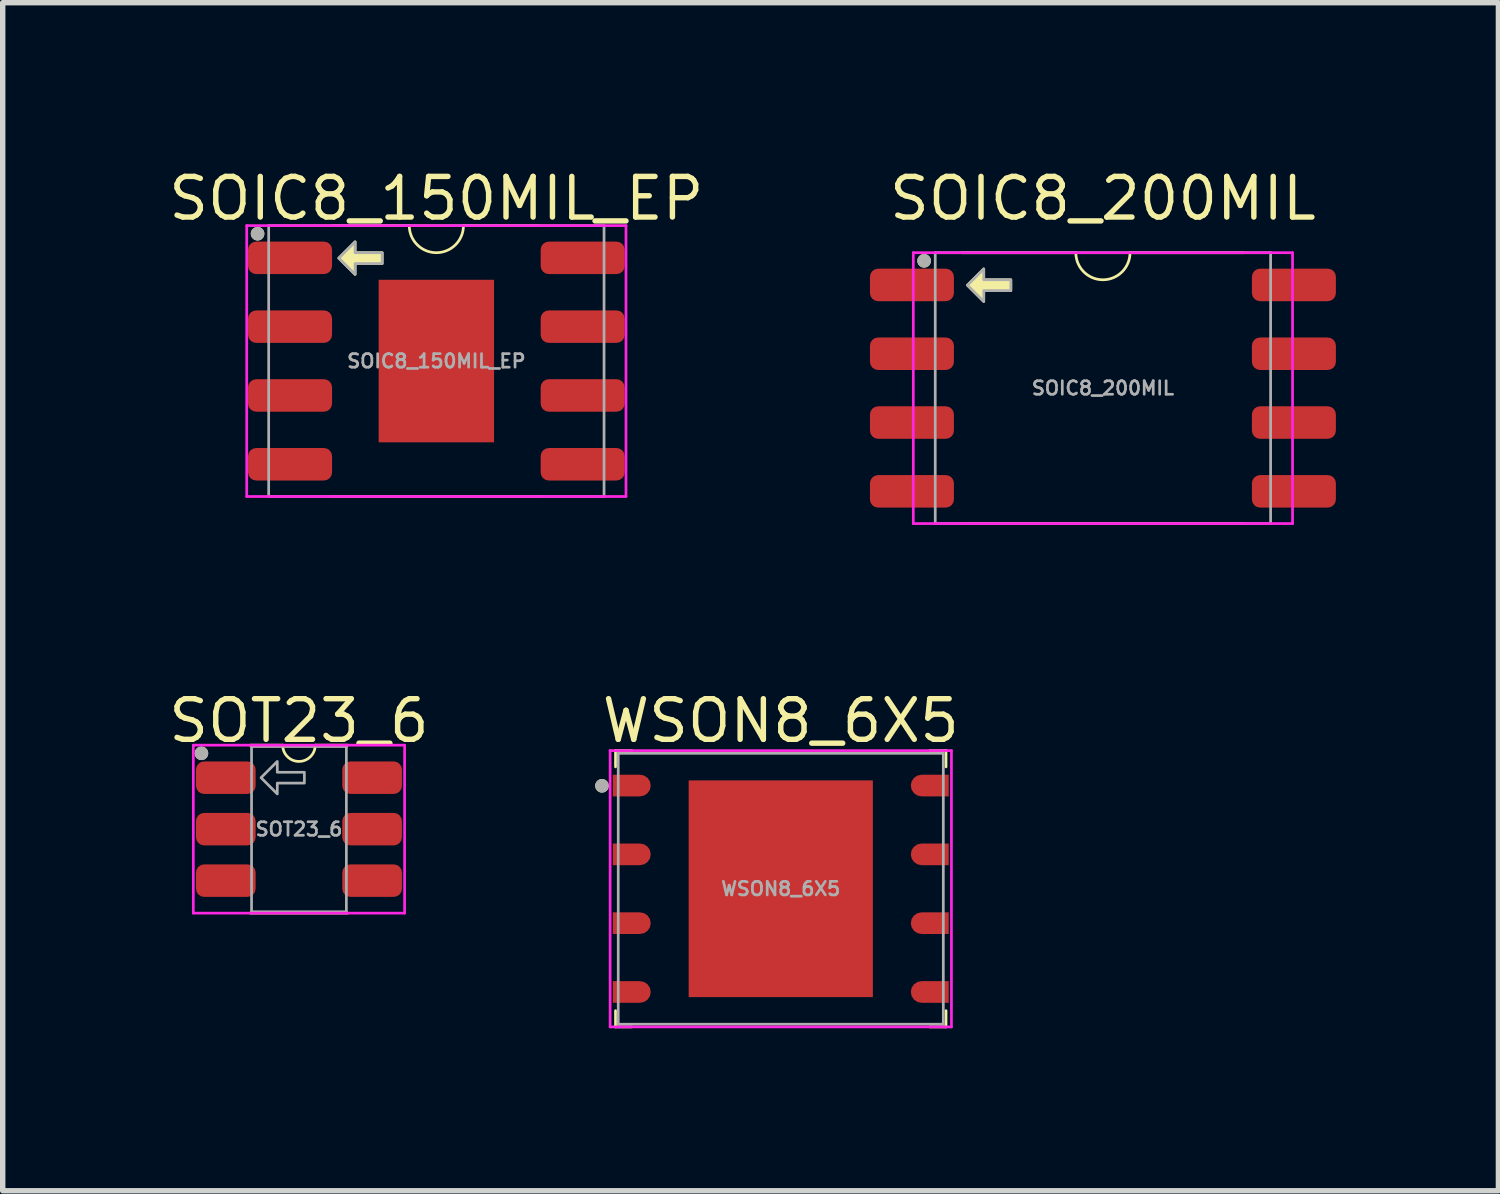
<source format=kicad_pcb>
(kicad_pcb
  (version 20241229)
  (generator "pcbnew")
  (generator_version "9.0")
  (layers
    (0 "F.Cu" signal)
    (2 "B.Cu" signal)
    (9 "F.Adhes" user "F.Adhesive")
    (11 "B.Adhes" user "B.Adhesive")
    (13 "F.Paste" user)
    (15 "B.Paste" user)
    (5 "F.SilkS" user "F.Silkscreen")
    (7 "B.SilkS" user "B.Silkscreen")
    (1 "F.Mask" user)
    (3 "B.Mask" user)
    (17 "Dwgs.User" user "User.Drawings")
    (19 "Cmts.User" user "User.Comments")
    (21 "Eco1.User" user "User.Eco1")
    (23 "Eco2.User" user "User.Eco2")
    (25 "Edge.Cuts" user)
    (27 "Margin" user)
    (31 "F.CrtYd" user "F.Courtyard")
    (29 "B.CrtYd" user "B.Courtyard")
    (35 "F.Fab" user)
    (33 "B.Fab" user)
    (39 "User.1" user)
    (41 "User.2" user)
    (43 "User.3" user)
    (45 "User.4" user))
  (footprint "WSON8_6X5"
    (layer "F.Cu")
    (at 11.361 13.354)
    (property "Reference" "WSON8_6X5" (at 0 -3.1 0) (unlocked yes) (layer "F.SilkS") (effects (font (size 0.75 0.75) (thickness 0.1))))
    (attr smd)
    (fp_line (start -3.05 -2.55) (end -3.05 -2.25) (stroke (width 0.05) (type solid)) (layer "F.SilkS"))
    (fp_line (start -3.05 -2.55) (end -2.75 -2.55) (stroke (width 0.05) (type solid)) (layer "F.SilkS"))
    (fp_line (start -3.05 2.55) (end -3.05 2.25) (stroke (width 0.05) (type solid)) (layer "F.SilkS"))
    (fp_line (start -3.05 2.55) (end -2.75 2.55) (stroke (width 0.05) (type solid)) (layer "F.SilkS"))
    (fp_line (start 3.05 -2.55) (end 2.75 -2.55) (stroke (width 0.05) (type solid)) (layer "F.SilkS"))
    (fp_line (start 3.05 -2.55) (end 3.05 -2.25) (stroke (width 0.05) (type solid)) (layer "F.SilkS"))
    (fp_line (start 3.05 2.55) (end 2.75 2.55) (stroke (width 0.05) (type solid)) (layer "F.SilkS"))
    (fp_line (start 3.05 2.55) (end 3.05 2.25) (stroke (width 0.05) (type solid)) (layer "F.SilkS"))
    (fp_circle (center -3.3 -1.9) (end -3.3 -1.9) (stroke (width 0.05) (type solid)) (fill no) (layer "F.SilkS"))
    (fp_circle (center -3.3 -1.9) (end -3.25 -1.9) (stroke (width 0.05) (type solid)) (fill no) (layer "F.SilkS"))
    (fp_circle (center -3.3 -1.9) (end -3.2 -1.9) (stroke (width 0.05) (type solid)) (fill no) (layer "F.SilkS"))
    (fp_line (start -3.15 -2.55) (end 3.15 -2.55) (stroke (width 0.05) (type solid)) (layer "F.CrtYd"))
    (fp_line (start -3.15 2.55) (end -3.15 -2.55) (stroke (width 0.05) (type solid)) (layer "F.CrtYd"))
    (fp_line (start 3.15 -2.55) (end 3.15 2.55) (stroke (width 0.05) (type solid)) (layer "F.CrtYd"))
    (fp_line (start 3.15 2.55) (end -3.15 2.55) (stroke (width 0.05) (type solid)) (layer "F.CrtYd"))
    (fp_line (start -3 -2.5) (end 3 -2.5) (stroke (width 0.05) (type solid)) (layer "F.Fab"))
    (fp_line (start -3 2.5) (end -3 -2.5) (stroke (width 0.05) (type solid)) (layer "F.Fab"))
    (fp_line (start 3 2.5) (end -3 2.5) (stroke (width 0.05) (type solid)) (layer "F.Fab"))
    (fp_line (start 3 2.5) (end 3 -2.5) (stroke (width 0.05) (type solid)) (layer "F.Fab"))
    (fp_circle (center -3.3 -1.9) (end -3.3 -1.9) (stroke (width 0.05) (type solid)) (fill no) (layer "F.Fab"))
    (fp_circle (center -3.3 -1.9) (end -3.25 -1.9) (stroke (width 0.05) (type solid)) (fill no) (layer "F.Fab"))
    (fp_circle (center -3.3 -1.9) (end -3.2 -1.9) (stroke (width 0.05) (type solid)) (fill no) (layer "F.Fab"))
    (fp_text user "${REFERENCE}" (at 0 0 0) (unlocked yes) (layer "F.Fab") (effects (font (size 0.25 0.25) (thickness 0.05))))
    (pad "1" smd roundrect (at -2.75 -1.905) (size 0.7 0.4) (layers "F.Cu" "F.Mask" "F.Paste") (roundrect_rratio 0.5) (chamfer_ratio 0) (chamfer top_left bottom_left))
    (pad "2" smd roundrect (at -2.75 -0.635) (size 0.7 0.4) (layers "F.Cu" "F.Mask" "F.Paste") (roundrect_rratio 0.5) (chamfer_ratio 0) (chamfer top_left bottom_left))
    (pad "3" smd roundrect (at -2.75 0.635) (size 0.7 0.4) (layers "F.Cu" "F.Mask" "F.Paste") (roundrect_rratio 0.5) (chamfer_ratio 0) (chamfer top_left bottom_left))
    (pad "4" smd roundrect (at -2.75 1.905) (size 0.7 0.4) (layers "F.Cu" "F.Mask" "F.Paste") (roundrect_rratio 0.5) (chamfer_ratio 0) (chamfer top_left bottom_left))
    (pad "5" smd roundrect (at 2.75 1.905 180) (size 0.7 0.4) (layers "F.Cu" "F.Mask" "F.Paste") (roundrect_rratio 0.5) (chamfer_ratio 0) (chamfer top_left bottom_left))
    (pad "6" smd roundrect (at 2.75 0.635 180) (size 0.7 0.4) (layers "F.Cu" "F.Mask" "F.Paste") (roundrect_rratio 0.5) (chamfer_ratio 0) (chamfer top_left bottom_left))
    (pad "7" smd roundrect (at 2.75 -0.635 180) (size 0.7 0.4) (layers "F.Cu" "F.Mask" "F.Paste") (roundrect_rratio 0.5) (chamfer_ratio 0) (chamfer top_left bottom_left))
    (pad "8" smd roundrect (at 2.75 -1.905 180) (size 0.7 0.4) (layers "F.Cu" "F.Mask" "F.Paste") (roundrect_rratio 0.5) (chamfer_ratio 0) (chamfer top_left bottom_left))
    (pad "9" smd rect (at 0 0 180) (size 3.4 4) (layers "F.Cu" "F.Mask" "F.Paste")))
  (footprint "SOT23_6"
    (layer "F.Cu")
    (at 2.468 12.254)
    (property "Reference" "SOT23_6" (at 0 -2 0) (unlocked yes) (layer "F.SilkS") (effects (font (size 0.75 0.75) (thickness 0.1))))
    (attr smd)
    (fp_line (start -0.9 -1.55) (end -0.3 -1.55) (stroke (width 0.05) (type solid)) (layer "F.SilkS"))
    (fp_line (start -0.9 1.55) (end 0.9 1.55) (stroke (width 0.05) (type solid)) (layer "F.SilkS"))
    (fp_line (start 0.3 -1.55) (end 0.9 -1.55) (stroke (width 0.05) (type solid)) (layer "F.SilkS"))
    (fp_arc (start 0.3 -1.55) (mid 0 -1.25) (end -0.3 -1.55) (stroke (width 0.05) (type solid)) (layer "F.SilkS"))
    (fp_circle (center -1.8 -1.4) (end -1.8 -1.4) (stroke (width 0.05) (type solid)) (fill no) (layer "F.SilkS"))
    (fp_circle (center -1.8 -1.4) (end -1.75 -1.4) (stroke (width 0.05) (type solid)) (fill no) (layer "F.SilkS"))
    (fp_circle (center -1.8 -1.4) (end -1.7 -1.4) (stroke (width 0.05) (type solid)) (fill no) (layer "F.SilkS"))
    (fp_line (start -1.95 -1.55) (end 1.95 -1.55) (stroke (width 0.05) (type solid)) (layer "F.CrtYd"))
    (fp_line (start -1.95 1.55) (end -1.95 -1.55) (stroke (width 0.05) (type solid)) (layer "F.CrtYd"))
    (fp_line (start 1.95 -1.55) (end 1.95 1.55) (stroke (width 0.05) (type solid)) (layer "F.CrtYd"))
    (fp_line (start 1.95 1.55) (end -1.95 1.55) (stroke (width 0.05) (type solid)) (layer "F.CrtYd"))
    (fp_line (start -0.875 -1.525) (end 0.875 -1.525) (stroke (width 0.05) (type solid)) (layer "F.Fab"))
    (fp_line (start -0.875 1.525) (end -0.875 -1.525) (stroke (width 0.05) (type solid)) (layer "F.Fab"))
    (fp_line (start -0.875 1.525) (end 0.875 1.525) (stroke (width 0.05) (type solid)) (layer "F.Fab"))
    (fp_line (start 0.875 -1.525) (end 0.875 1.525) (stroke (width 0.05) (type solid)) (layer "F.Fab"))
    (fp_circle (center -1.8 -1.4) (end -1.8 -1.4) (stroke (width 0.05) (type solid)) (fill no) (layer "F.Fab"))
    (fp_circle (center -1.8 -1.4) (end -1.75 -1.4) (stroke (width 0.05) (type solid)) (fill no) (layer "F.Fab"))
    (fp_circle (center -1.8 -1.4) (end -1.7 -1.4) (stroke (width 0.05) (type solid)) (fill no) (layer "F.Fab"))
    (fp_poly (pts (xy -0.4 -1.05) (xy 0.1 -1.05) (xy 0.1 -0.85) (xy -0.4 -0.85) (xy -0.4 -0.65) (xy -0.7 -0.95) (xy -0.4 -1.25)) (stroke (width 0.05) (type solid)) (fill no) (layer "F.Fab"))
    (fp_text user "${REFERENCE}" (at 0 0 0) (unlocked yes) (layer "F.Fab") (effects (font (size 0.25 0.25) (thickness 0.05))))
    (pad "1" smd roundrect (at -1.35 -0.95) (size 1.1 0.6) (layers "F.Cu" "F.Mask" "F.Paste") (roundrect_rratio 0.25))
    (pad "2" smd roundrect (at -1.35 0) (size 1.1 0.6) (layers "F.Cu" "F.Mask" "F.Paste") (roundrect_rratio 0.25))
    (pad "3" smd roundrect (at -1.35 0.95) (size 1.1 0.6) (layers "F.Cu" "F.Mask" "F.Paste") (roundrect_rratio 0.25))
    (pad "4" smd roundrect (at 1.35 0.95) (size 1.1 0.6) (layers "F.Cu" "F.Mask" "F.Paste") (roundrect_rratio 0.25))
    (pad "5" smd roundrect (at 1.35 0) (size 1.1 0.6) (layers "F.Cu" "F.Mask" "F.Paste") (roundrect_rratio 0.25))
    (pad "6" smd roundrect (at 1.35 -0.95) (size 1.1 0.6) (layers "F.Cu" "F.Mask" "F.Paste") (roundrect_rratio 0.25)))
  (footprint "SOIC8_200MIL"
    (layer "F.Cu")
    (at 17.307 4.114)
    (property "Reference" "SOIC8_200MIL" (at 0 -3.5 0) (unlocked yes) (layer "F.SilkS") (effects (font (size 0.75 0.75) (thickness 0.1))))
    (attr smd)
    (fp_line (start -2.6 -2.5) (end -0.5 -2.5) (stroke (width 0.05) (type solid)) (layer "F.SilkS"))
    (fp_line (start -2.6 2.5) (end 0 2.5) (stroke (width 0.05) (type solid)) (layer "F.SilkS"))
    (fp_line (start 2.6 -2.5) (end 0.5 -2.5) (stroke (width 0.05) (type solid)) (layer "F.SilkS"))
    (fp_line (start 2.6 2.5) (end 0 2.5) (stroke (width 0.05) (type solid)) (layer "F.SilkS"))
    (fp_arc (start 0.5 -2.5) (mid 0 -2) (end -0.5 -2.5) (stroke (width 0.05) (type solid)) (layer "F.SilkS"))
    (fp_circle (center -3.3 -2.35) (end -3.3 -2.35) (stroke (width 0.05) (type solid)) (fill no) (layer "F.SilkS"))
    (fp_circle (center -3.3 -2.35) (end -3.25 -2.35) (stroke (width 0.05) (type solid)) (fill no) (layer "F.SilkS"))
    (fp_circle (center -3.3 -2.35) (end -3.2 -2.35) (stroke (width 0.05) (type solid)) (fill no) (layer "F.SilkS"))
    (fp_poly (pts (xy -2.2 -2) (xy -1.7 -2) (xy -1.7 -1.8) (xy -2.2 -1.8) (xy -2.2 -1.6) (xy -2.5 -1.9) (xy -2.2 -2.2)) (stroke (width 0.05) (type solid)) (fill yes) (layer "F.SilkS"))
    (fp_line (start -3.5 -2.5) (end 3.5 -2.5) (stroke (width 0.05) (type solid)) (layer "F.CrtYd"))
    (fp_line (start -3.5 2.5) (end -3.5 -2.5) (stroke (width 0.05) (type solid)) (layer "F.CrtYd"))
    (fp_line (start 3.5 -2.5) (end 3.5 2.5) (stroke (width 0.05) (type solid)) (layer "F.CrtYd"))
    (fp_line (start 3.5 2.5) (end -3.5 2.5) (stroke (width 0.05) (type solid)) (layer "F.CrtYd"))
    (fp_line (start -3.095 -2.5) (end 3.095 -2.5) (stroke (width 0.05) (type solid)) (layer "F.Fab"))
    (fp_line (start -3.095 2.5) (end -3.095 -2.5) (stroke (width 0.05) (type solid)) (layer "F.Fab"))
    (fp_line (start -3.095 2.5) (end 3.095 2.5) (stroke (width 0.05) (type solid)) (layer "F.Fab"))
    (fp_line (start 3.095 -2.5) (end 3.095 2.5) (stroke (width 0.05) (type solid)) (layer "F.Fab"))
    (fp_circle (center -3.3 -2.35) (end -3.3 -2.35) (stroke (width 0.05) (type solid)) (fill no) (layer "F.Fab"))
    (fp_circle (center -3.3 -2.35) (end -3.25 -2.35) (stroke (width 0.05) (type solid)) (fill no) (layer "F.Fab"))
    (fp_circle (center -3.3 -2.35) (end -3.2 -2.35) (stroke (width 0.05) (type solid)) (fill no) (layer "F.Fab"))
    (fp_poly (pts (xy -2.2 -2) (xy -1.7 -2) (xy -1.7 -1.8) (xy -2.2 -1.8) (xy -2.2 -1.6) (xy -2.5 -1.9) (xy -2.2 -2.2)) (stroke (width 0.05) (type solid)) (fill no) (layer "F.Fab"))
    (fp_text user "${REFERENCE}" (at 0 0 0) (unlocked yes) (layer "F.Fab") (effects (font (size 0.25 0.25) (thickness 0.05))))
    (pad "1" smd roundrect (at -3.525 -1.905) (size 1.55 0.6) (layers "F.Cu" "F.Mask" "F.Paste") (roundrect_rratio 0.25))
    (pad "2" smd roundrect (at -3.525 -0.635) (size 1.55 0.6) (layers "F.Cu" "F.Mask" "F.Paste") (roundrect_rratio 0.25))
    (pad "3" smd roundrect (at -3.525 0.635) (size 1.55 0.6) (layers "F.Cu" "F.Mask" "F.Paste") (roundrect_rratio 0.25))
    (pad "4" smd roundrect (at -3.525 1.905) (size 1.55 0.6) (layers "F.Cu" "F.Mask" "F.Paste") (roundrect_rratio 0.25))
    (pad "5" smd roundrect (at 3.525 1.905) (size 1.55 0.6) (layers "F.Cu" "F.Mask" "F.Paste") (roundrect_rratio 0.25))
    (pad "6" smd roundrect (at 3.525 0.635) (size 1.55 0.6) (layers "F.Cu" "F.Mask" "F.Paste") (roundrect_rratio 0.25))
    (pad "7" smd roundrect (at 3.525 -0.635) (size 1.55 0.6) (layers "F.Cu" "F.Mask" "F.Paste") (roundrect_rratio 0.25))
    (pad "8" smd roundrect (at 3.525 -1.905) (size 1.55 0.6) (layers "F.Cu" "F.Mask" "F.Paste") (roundrect_rratio 0.25)))
  (footprint "SOIC8_150MIL_EP"
    (layer "F.Cu")
    (at 5.004 3.614)
    (property "Reference" "SOIC8_150MIL_EP" (at 0 -3 0) (unlocked yes) (layer "F.SilkS") (effects (font (size 0.75 0.75) (thickness 0.1))))
    (attr smd)
    (fp_line (start -1.9 -2.5) (end -0.5 -2.5) (stroke (width 0.05) (type solid)) (layer "F.SilkS"))
    (fp_line (start 0.5 -2.5) (end 1.9 -2.5) (stroke (width 0.05) (type solid)) (layer "F.SilkS"))
    (fp_line (start 1.9 2.5) (end -1.9 2.5) (stroke (width 0.05) (type solid)) (layer "F.SilkS"))
    (fp_arc (start 0.5 -2.5) (mid 0 -2) (end -0.5 -2.5) (stroke (width 0.05) (type solid)) (layer "F.SilkS"))
    (fp_circle (center -3.3 -2.35) (end -3.3 -2.35) (stroke (width 0.05) (type solid)) (fill no) (layer "F.SilkS"))
    (fp_circle (center -3.3 -2.35) (end -3.25 -2.35) (stroke (width 0.05) (type solid)) (fill no) (layer "F.SilkS"))
    (fp_circle (center -3.3 -2.35) (end -3.2 -2.35) (stroke (width 0.05) (type solid)) (fill no) (layer "F.SilkS"))
    (fp_poly (pts (xy -1.5 -2) (xy -1 -2) (xy -1 -1.8) (xy -1.5 -1.8) (xy -1.5 -1.6) (xy -1.8 -1.9) (xy -1.5 -2.2)) (stroke (width 0.05) (type solid)) (fill yes) (layer "F.SilkS"))
    (fp_line (start -3.5 -2.5) (end 3.5 -2.5) (stroke (width 0.05) (type solid)) (layer "F.CrtYd"))
    (fp_line (start -3.5 2.5) (end -3.5 -2.5) (stroke (width 0.05) (type solid)) (layer "F.CrtYd"))
    (fp_line (start 3.5 -2.5) (end 3.5 2.5) (stroke (width 0.05) (type solid)) (layer "F.CrtYd"))
    (fp_line (start 3.5 2.5) (end -3.5 2.5) (stroke (width 0.05) (type solid)) (layer "F.CrtYd"))
    (fp_line (start -3.095 -2.5) (end 3.095 -2.5) (stroke (width 0.05) (type solid)) (layer "F.Fab"))
    (fp_line (start -3.095 2.5) (end -3.095 -2.5) (stroke (width 0.05) (type solid)) (layer "F.Fab"))
    (fp_line (start -3.095 2.5) (end 3.095 2.5) (stroke (width 0.05) (type solid)) (layer "F.Fab"))
    (fp_line (start 3.095 -2.5) (end 3.095 2.5) (stroke (width 0.05) (type solid)) (layer "F.Fab"))
    (fp_circle (center -3.3 -2.35) (end -3.3 -2.35) (stroke (width 0.05) (type solid)) (fill no) (layer "F.Fab"))
    (fp_circle (center -3.3 -2.35) (end -3.25 -2.35) (stroke (width 0.05) (type solid)) (fill no) (layer "F.Fab"))
    (fp_circle (center -3.3 -2.35) (end -3.2 -2.35) (stroke (width 0.05) (type solid)) (fill no) (layer "F.Fab"))
    (fp_poly (pts (xy -1.5 -2) (xy -1 -2) (xy -1 -1.8) (xy -1.5 -1.8) (xy -1.5 -1.6) (xy -1.8 -1.9) (xy -1.5 -2.2)) (stroke (width 0.05) (type solid)) (fill no) (layer "F.Fab"))
    (fp_text user "${REFERENCE}" (at 0 0 0) (unlocked yes) (layer "F.Fab") (effects (font (size 0.25 0.25) (thickness 0.05))))
    (pad "1" smd roundrect (at -2.7 -1.905) (size 1.55 0.6) (layers "F.Cu" "F.Mask" "F.Paste") (roundrect_rratio 0.25))
    (pad "2" smd roundrect (at -2.7 -0.635) (size 1.55 0.6) (layers "F.Cu" "F.Mask" "F.Paste") (roundrect_rratio 0.25))
    (pad "3" smd roundrect (at -2.7 0.635) (size 1.55 0.6) (layers "F.Cu" "F.Mask" "F.Paste") (roundrect_rratio 0.25))
    (pad "4" smd roundrect (at -2.7 1.905) (size 1.55 0.6) (layers "F.Cu" "F.Mask" "F.Paste") (roundrect_rratio 0.25))
    (pad "5" smd roundrect (at 2.7 1.905) (size 1.55 0.6) (layers "F.Cu" "F.Mask" "F.Paste") (roundrect_rratio 0.25))
    (pad "6" smd roundrect (at 2.7 0.635) (size 1.55 0.6) (layers "F.Cu" "F.Mask" "F.Paste") (roundrect_rratio 0.25))
    (pad "7" smd roundrect (at 2.7 -0.635) (size 1.55 0.6) (layers "F.Cu" "F.Mask" "F.Paste") (roundrect_rratio 0.25))
    (pad "8" smd roundrect (at 2.7 -1.905) (size 1.55 0.6) (layers "F.Cu" "F.Mask" "F.Paste") (roundrect_rratio 0.25))
    (pad "9" smd rect (at 0 0) (size 2.13 3) (layers "F.Cu" "F.Mask" "F.Paste")))
  (gr_rect
    (start -3 -3)
    (end 24.607 18.928)
    (stroke (width 0.1) (type default))
    (fill no)
    (layer "Edge.Cuts")))
</source>
